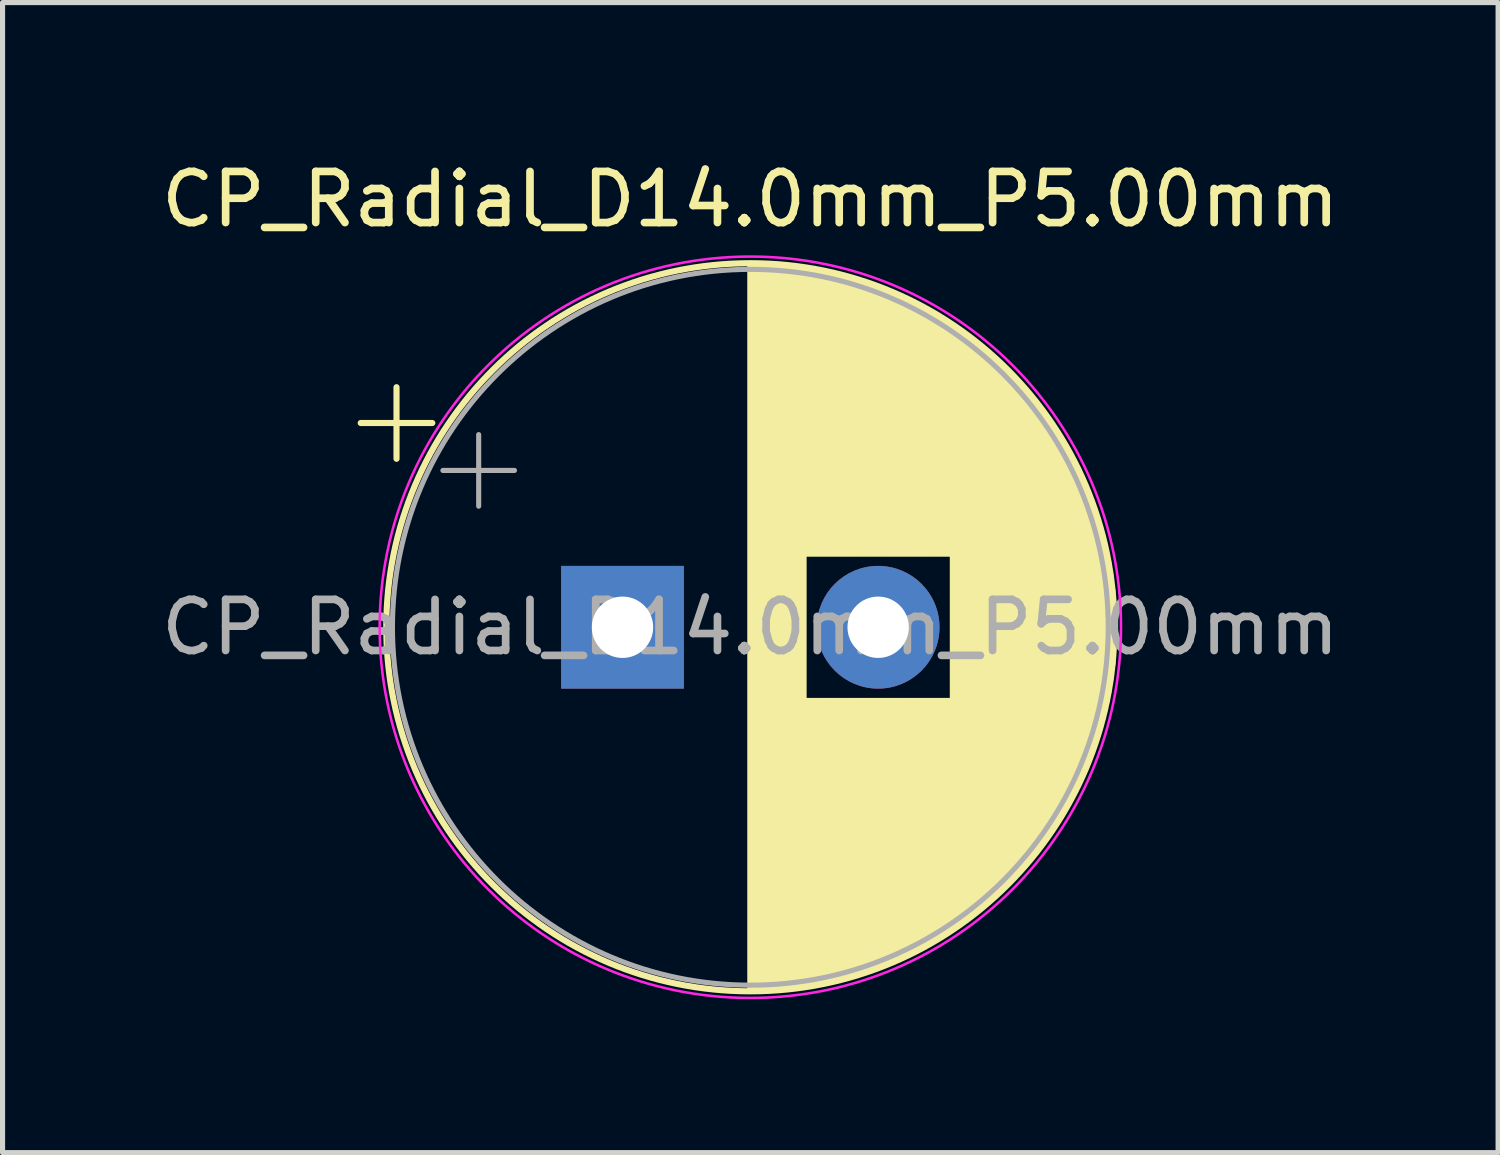
<source format=kicad_pcb>
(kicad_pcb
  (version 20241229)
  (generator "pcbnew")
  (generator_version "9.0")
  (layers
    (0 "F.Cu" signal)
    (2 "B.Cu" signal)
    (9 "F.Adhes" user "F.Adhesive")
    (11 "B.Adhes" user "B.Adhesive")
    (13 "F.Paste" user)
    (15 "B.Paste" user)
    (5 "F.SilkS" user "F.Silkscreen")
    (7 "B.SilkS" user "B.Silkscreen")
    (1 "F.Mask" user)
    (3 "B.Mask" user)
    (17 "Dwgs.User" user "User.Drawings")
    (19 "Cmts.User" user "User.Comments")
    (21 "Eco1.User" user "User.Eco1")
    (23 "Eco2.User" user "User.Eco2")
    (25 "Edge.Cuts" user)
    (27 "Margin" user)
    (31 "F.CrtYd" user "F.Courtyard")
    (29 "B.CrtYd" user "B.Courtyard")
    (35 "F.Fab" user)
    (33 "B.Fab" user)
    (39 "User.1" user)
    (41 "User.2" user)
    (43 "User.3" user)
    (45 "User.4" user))
  (footprint "CP_Radial_D14.0mm_P5.00mm"
    (layer "F.Cu")
    (at 9.125 9.218)
    (property "Reference" "CP_Radial_D14.0mm_P5.00mm" (at 2.5 -8.37 0) (layer "F.SilkS") (effects (font (size 1 1) (thickness 0.15))))
    (attr through_hole)
    (fp_line (start -5.12 -3.995) (end -3.72 -3.995) (stroke (width 0.12) (type solid)) (layer "F.SilkS"))
    (fp_line (start -4.42 -4.695) (end -4.42 -3.295) (stroke (width 0.12) (type solid)) (layer "F.SilkS"))
    (fp_line (start 2.5 -7.08) (end 2.5 7.08) (stroke (width 0.12) (type solid)) (layer "F.SilkS"))
    (fp_line (start 2.54 -7.08) (end 2.54 7.08) (stroke (width 0.12) (type solid)) (layer "F.SilkS"))
    (fp_line (start 2.58 -7.08) (end 2.58 7.08) (stroke (width 0.12) (type solid)) (layer "F.SilkS"))
    (fp_line (start 2.62 -7.079) (end 2.62 7.079) (stroke (width 0.12) (type solid)) (layer "F.SilkS"))
    (fp_line (start 2.66 -7.079) (end 2.66 7.079) (stroke (width 0.12) (type solid)) (layer "F.SilkS"))
    (fp_line (start 2.7 -7.078) (end 2.7 7.078) (stroke (width 0.12) (type solid)) (layer "F.SilkS"))
    (fp_line (start 2.74 -7.076) (end 2.74 7.076) (stroke (width 0.12) (type solid)) (layer "F.SilkS"))
    (fp_line (start 2.78 -7.075) (end 2.78 7.075) (stroke (width 0.12) (type solid)) (layer "F.SilkS"))
    (fp_line (start 2.82 -7.073) (end 2.82 7.073) (stroke (width 0.12) (type solid)) (layer "F.SilkS"))
    (fp_line (start 2.86 -7.071) (end 2.86 7.071) (stroke (width 0.12) (type solid)) (layer "F.SilkS"))
    (fp_line (start 2.9 -7.069) (end 2.9 7.069) (stroke (width 0.12) (type solid)) (layer "F.SilkS"))
    (fp_line (start 2.94 -7.067) (end 2.94 7.067) (stroke (width 0.12) (type solid)) (layer "F.SilkS"))
    (fp_line (start 2.98 -7.064) (end 2.98 7.064) (stroke (width 0.12) (type solid)) (layer "F.SilkS"))
    (fp_line (start 3.02 -7.061) (end 3.02 7.061) (stroke (width 0.12) (type solid)) (layer "F.SilkS"))
    (fp_line (start 3.06 -7.058) (end 3.06 7.058) (stroke (width 0.12) (type solid)) (layer "F.SilkS"))
    (fp_line (start 3.1 -7.055) (end 3.1 7.055) (stroke (width 0.12) (type solid)) (layer "F.SilkS"))
    (fp_line (start 3.14 -7.052) (end 3.14 7.052) (stroke (width 0.12) (type solid)) (layer "F.SilkS"))
    (fp_line (start 3.18 -7.048) (end 3.18 7.048) (stroke (width 0.12) (type solid)) (layer "F.SilkS"))
    (fp_line (start 3.221 -7.044) (end 3.221 7.044) (stroke (width 0.12) (type solid)) (layer "F.SilkS"))
    (fp_line (start 3.261 -7.04) (end 3.261 7.04) (stroke (width 0.12) (type solid)) (layer "F.SilkS"))
    (fp_line (start 3.301 -7.035) (end 3.301 7.035) (stroke (width 0.12) (type solid)) (layer "F.SilkS"))
    (fp_line (start 3.341 -7.031) (end 3.341 7.031) (stroke (width 0.12) (type solid)) (layer "F.SilkS"))
    (fp_line (start 3.381 -7.026) (end 3.381 7.026) (stroke (width 0.12) (type solid)) (layer "F.SilkS"))
    (fp_line (start 3.421 -7.021) (end 3.421 7.021) (stroke (width 0.12) (type solid)) (layer "F.SilkS"))
    (fp_line (start 3.461 -7.015) (end 3.461 7.015) (stroke (width 0.12) (type solid)) (layer "F.SilkS"))
    (fp_line (start 3.501 -7.01) (end 3.501 7.01) (stroke (width 0.12) (type solid)) (layer "F.SilkS"))
    (fp_line (start 3.541 -7.004) (end 3.541 7.004) (stroke (width 0.12) (type solid)) (layer "F.SilkS"))
    (fp_line (start 3.581 -6.998) (end 3.581 -1.44) (stroke (width 0.12) (type solid)) (layer "F.SilkS"))
    (fp_line (start 3.581 1.44) (end 3.581 6.998) (stroke (width 0.12) (type solid)) (layer "F.SilkS"))
    (fp_line (start 3.621 -6.992) (end 3.621 -1.44) (stroke (width 0.12) (type solid)) (layer "F.SilkS"))
    (fp_line (start 3.621 1.44) (end 3.621 6.992) (stroke (width 0.12) (type solid)) (layer "F.SilkS"))
    (fp_line (start 3.661 -6.985) (end 3.661 -1.44) (stroke (width 0.12) (type solid)) (layer "F.SilkS"))
    (fp_line (start 3.661 1.44) (end 3.661 6.985) (stroke (width 0.12) (type solid)) (layer "F.SilkS"))
    (fp_line (start 3.701 -6.979) (end 3.701 -1.44) (stroke (width 0.12) (type solid)) (layer "F.SilkS"))
    (fp_line (start 3.701 1.44) (end 3.701 6.979) (stroke (width 0.12) (type solid)) (layer "F.SilkS"))
    (fp_line (start 3.741 -6.972) (end 3.741 -1.44) (stroke (width 0.12) (type solid)) (layer "F.SilkS"))
    (fp_line (start 3.741 1.44) (end 3.741 6.972) (stroke (width 0.12) (type solid)) (layer "F.SilkS"))
    (fp_line (start 3.781 -6.964) (end 3.781 -1.44) (stroke (width 0.12) (type solid)) (layer "F.SilkS"))
    (fp_line (start 3.781 1.44) (end 3.781 6.964) (stroke (width 0.12) (type solid)) (layer "F.SilkS"))
    (fp_line (start 3.821 -6.957) (end 3.821 -1.44) (stroke (width 0.12) (type solid)) (layer "F.SilkS"))
    (fp_line (start 3.821 1.44) (end 3.821 6.957) (stroke (width 0.12) (type solid)) (layer "F.SilkS"))
    (fp_line (start 3.861 -6.949) (end 3.861 -1.44) (stroke (width 0.12) (type solid)) (layer "F.SilkS"))
    (fp_line (start 3.861 1.44) (end 3.861 6.949) (stroke (width 0.12) (type solid)) (layer "F.SilkS"))
    (fp_line (start 3.901 -6.942) (end 3.901 -1.44) (stroke (width 0.12) (type solid)) (layer "F.SilkS"))
    (fp_line (start 3.901 1.44) (end 3.901 6.942) (stroke (width 0.12) (type solid)) (layer "F.SilkS"))
    (fp_line (start 3.941 -6.933) (end 3.941 -1.44) (stroke (width 0.12) (type solid)) (layer "F.SilkS"))
    (fp_line (start 3.941 1.44) (end 3.941 6.933) (stroke (width 0.12) (type solid)) (layer "F.SilkS"))
    (fp_line (start 3.981 -6.925) (end 3.981 -1.44) (stroke (width 0.12) (type solid)) (layer "F.SilkS"))
    (fp_line (start 3.981 1.44) (end 3.981 6.925) (stroke (width 0.12) (type solid)) (layer "F.SilkS"))
    (fp_line (start 4.021 -6.916) (end 4.021 -1.44) (stroke (width 0.12) (type solid)) (layer "F.SilkS"))
    (fp_line (start 4.021 1.44) (end 4.021 6.916) (stroke (width 0.12) (type solid)) (layer "F.SilkS"))
    (fp_line (start 4.061 -6.907) (end 4.061 -1.44) (stroke (width 0.12) (type solid)) (layer "F.SilkS"))
    (fp_line (start 4.061 1.44) (end 4.061 6.907) (stroke (width 0.12) (type solid)) (layer "F.SilkS"))
    (fp_line (start 4.101 -6.898) (end 4.101 -1.44) (stroke (width 0.12) (type solid)) (layer "F.SilkS"))
    (fp_line (start 4.101 1.44) (end 4.101 6.898) (stroke (width 0.12) (type solid)) (layer "F.SilkS"))
    (fp_line (start 4.141 -6.889) (end 4.141 -1.44) (stroke (width 0.12) (type solid)) (layer "F.SilkS"))
    (fp_line (start 4.141 1.44) (end 4.141 6.889) (stroke (width 0.12) (type solid)) (layer "F.SilkS"))
    (fp_line (start 4.181 -6.879) (end 4.181 -1.44) (stroke (width 0.12) (type solid)) (layer "F.SilkS"))
    (fp_line (start 4.181 1.44) (end 4.181 6.879) (stroke (width 0.12) (type solid)) (layer "F.SilkS"))
    (fp_line (start 4.221 -6.87) (end 4.221 -1.44) (stroke (width 0.12) (type solid)) (layer "F.SilkS"))
    (fp_line (start 4.221 1.44) (end 4.221 6.87) (stroke (width 0.12) (type solid)) (layer "F.SilkS"))
    (fp_line (start 4.261 -6.86) (end 4.261 -1.44) (stroke (width 0.12) (type solid)) (layer "F.SilkS"))
    (fp_line (start 4.261 1.44) (end 4.261 6.86) (stroke (width 0.12) (type solid)) (layer "F.SilkS"))
    (fp_line (start 4.301 -6.849) (end 4.301 -1.44) (stroke (width 0.12) (type solid)) (layer "F.SilkS"))
    (fp_line (start 4.301 1.44) (end 4.301 6.849) (stroke (width 0.12) (type solid)) (layer "F.SilkS"))
    (fp_line (start 4.341 -6.839) (end 4.341 -1.44) (stroke (width 0.12) (type solid)) (layer "F.SilkS"))
    (fp_line (start 4.341 1.44) (end 4.341 6.839) (stroke (width 0.12) (type solid)) (layer "F.SilkS"))
    (fp_line (start 4.381 -6.828) (end 4.381 -1.44) (stroke (width 0.12) (type solid)) (layer "F.SilkS"))
    (fp_line (start 4.381 1.44) (end 4.381 6.828) (stroke (width 0.12) (type solid)) (layer "F.SilkS"))
    (fp_line (start 4.421 -6.817) (end 4.421 -1.44) (stroke (width 0.12) (type solid)) (layer "F.SilkS"))
    (fp_line (start 4.421 1.44) (end 4.421 6.817) (stroke (width 0.12) (type solid)) (layer "F.SilkS"))
    (fp_line (start 4.461 -6.805) (end 4.461 -1.44) (stroke (width 0.12) (type solid)) (layer "F.SilkS"))
    (fp_line (start 4.461 1.44) (end 4.461 6.805) (stroke (width 0.12) (type solid)) (layer "F.SilkS"))
    (fp_line (start 4.501 -6.794) (end 4.501 -1.44) (stroke (width 0.12) (type solid)) (layer "F.SilkS"))
    (fp_line (start 4.501 1.44) (end 4.501 6.794) (stroke (width 0.12) (type solid)) (layer "F.SilkS"))
    (fp_line (start 4.541 -6.782) (end 4.541 -1.44) (stroke (width 0.12) (type solid)) (layer "F.SilkS"))
    (fp_line (start 4.541 1.44) (end 4.541 6.782) (stroke (width 0.12) (type solid)) (layer "F.SilkS"))
    (fp_line (start 4.581 -6.77) (end 4.581 -1.44) (stroke (width 0.12) (type solid)) (layer "F.SilkS"))
    (fp_line (start 4.581 1.44) (end 4.581 6.77) (stroke (width 0.12) (type solid)) (layer "F.SilkS"))
    (fp_line (start 4.621 -6.758) (end 4.621 -1.44) (stroke (width 0.12) (type solid)) (layer "F.SilkS"))
    (fp_line (start 4.621 1.44) (end 4.621 6.758) (stroke (width 0.12) (type solid)) (layer "F.SilkS"))
    (fp_line (start 4.661 -6.745) (end 4.661 -1.44) (stroke (width 0.12) (type solid)) (layer "F.SilkS"))
    (fp_line (start 4.661 1.44) (end 4.661 6.745) (stroke (width 0.12) (type solid)) (layer "F.SilkS"))
    (fp_line (start 4.701 -6.732) (end 4.701 -1.44) (stroke (width 0.12) (type solid)) (layer "F.SilkS"))
    (fp_line (start 4.701 1.44) (end 4.701 6.732) (stroke (width 0.12) (type solid)) (layer "F.SilkS"))
    (fp_line (start 4.741 -6.719) (end 4.741 -1.44) (stroke (width 0.12) (type solid)) (layer "F.SilkS"))
    (fp_line (start 4.741 1.44) (end 4.741 6.719) (stroke (width 0.12) (type solid)) (layer "F.SilkS"))
    (fp_line (start 4.781 -6.706) (end 4.781 -1.44) (stroke (width 0.12) (type solid)) (layer "F.SilkS"))
    (fp_line (start 4.781 1.44) (end 4.781 6.706) (stroke (width 0.12) (type solid)) (layer "F.SilkS"))
    (fp_line (start 4.821 -6.692) (end 4.821 -1.44) (stroke (width 0.12) (type solid)) (layer "F.SilkS"))
    (fp_line (start 4.821 1.44) (end 4.821 6.692) (stroke (width 0.12) (type solid)) (layer "F.SilkS"))
    (fp_line (start 4.861 -6.678) (end 4.861 -1.44) (stroke (width 0.12) (type solid)) (layer "F.SilkS"))
    (fp_line (start 4.861 1.44) (end 4.861 6.678) (stroke (width 0.12) (type solid)) (layer "F.SilkS"))
    (fp_line (start 4.901 -6.664) (end 4.901 -1.44) (stroke (width 0.12) (type solid)) (layer "F.SilkS"))
    (fp_line (start 4.901 1.44) (end 4.901 6.664) (stroke (width 0.12) (type solid)) (layer "F.SilkS"))
    (fp_line (start 4.941 -6.649) (end 4.941 -1.44) (stroke (width 0.12) (type solid)) (layer "F.SilkS"))
    (fp_line (start 4.941 1.44) (end 4.941 6.649) (stroke (width 0.12) (type solid)) (layer "F.SilkS"))
    (fp_line (start 4.981 -6.635) (end 4.981 -1.44) (stroke (width 0.12) (type solid)) (layer "F.SilkS"))
    (fp_line (start 4.981 1.44) (end 4.981 6.635) (stroke (width 0.12) (type solid)) (layer "F.SilkS"))
    (fp_line (start 5.021 -6.62) (end 5.021 -1.44) (stroke (width 0.12) (type solid)) (layer "F.SilkS"))
    (fp_line (start 5.021 1.44) (end 5.021 6.62) (stroke (width 0.12) (type solid)) (layer "F.SilkS"))
    (fp_line (start 5.061 -6.604) (end 5.061 -1.44) (stroke (width 0.12) (type solid)) (layer "F.SilkS"))
    (fp_line (start 5.061 1.44) (end 5.061 6.604) (stroke (width 0.12) (type solid)) (layer "F.SilkS"))
    (fp_line (start 5.101 -6.589) (end 5.101 -1.44) (stroke (width 0.12) (type solid)) (layer "F.SilkS"))
    (fp_line (start 5.101 1.44) (end 5.101 6.589) (stroke (width 0.12) (type solid)) (layer "F.SilkS"))
    (fp_line (start 5.141 -6.573) (end 5.141 -1.44) (stroke (width 0.12) (type solid)) (layer "F.SilkS"))
    (fp_line (start 5.141 1.44) (end 5.141 6.573) (stroke (width 0.12) (type solid)) (layer "F.SilkS"))
    (fp_line (start 5.181 -6.557) (end 5.181 -1.44) (stroke (width 0.12) (type solid)) (layer "F.SilkS"))
    (fp_line (start 5.181 1.44) (end 5.181 6.557) (stroke (width 0.12) (type solid)) (layer "F.SilkS"))
    (fp_line (start 5.221 -6.54) (end 5.221 -1.44) (stroke (width 0.12) (type solid)) (layer "F.SilkS"))
    (fp_line (start 5.221 1.44) (end 5.221 6.54) (stroke (width 0.12) (type solid)) (layer "F.SilkS"))
    (fp_line (start 5.261 -6.524) (end 5.261 -1.44) (stroke (width 0.12) (type solid)) (layer "F.SilkS"))
    (fp_line (start 5.261 1.44) (end 5.261 6.524) (stroke (width 0.12) (type solid)) (layer "F.SilkS"))
    (fp_line (start 5.301 -6.507) (end 5.301 -1.44) (stroke (width 0.12) (type solid)) (layer "F.SilkS"))
    (fp_line (start 5.301 1.44) (end 5.301 6.507) (stroke (width 0.12) (type solid)) (layer "F.SilkS"))
    (fp_line (start 5.341 -6.49) (end 5.341 -1.44) (stroke (width 0.12) (type solid)) (layer "F.SilkS"))
    (fp_line (start 5.341 1.44) (end 5.341 6.49) (stroke (width 0.12) (type solid)) (layer "F.SilkS"))
    (fp_line (start 5.381 -6.472) (end 5.381 -1.44) (stroke (width 0.12) (type solid)) (layer "F.SilkS"))
    (fp_line (start 5.381 1.44) (end 5.381 6.472) (stroke (width 0.12) (type solid)) (layer "F.SilkS"))
    (fp_line (start 5.421 -6.454) (end 5.421 -1.44) (stroke (width 0.12) (type solid)) (layer "F.SilkS"))
    (fp_line (start 5.421 1.44) (end 5.421 6.454) (stroke (width 0.12) (type solid)) (layer "F.SilkS"))
    (fp_line (start 5.461 -6.436) (end 5.461 -1.44) (stroke (width 0.12) (type solid)) (layer "F.SilkS"))
    (fp_line (start 5.461 1.44) (end 5.461 6.436) (stroke (width 0.12) (type solid)) (layer "F.SilkS"))
    (fp_line (start 5.501 -6.418) (end 5.501 -1.44) (stroke (width 0.12) (type solid)) (layer "F.SilkS"))
    (fp_line (start 5.501 1.44) (end 5.501 6.418) (stroke (width 0.12) (type solid)) (layer "F.SilkS"))
    (fp_line (start 5.541 -6.399) (end 5.541 -1.44) (stroke (width 0.12) (type solid)) (layer "F.SilkS"))
    (fp_line (start 5.541 1.44) (end 5.541 6.399) (stroke (width 0.12) (type solid)) (layer "F.SilkS"))
    (fp_line (start 5.581 -6.38) (end 5.581 -1.44) (stroke (width 0.12) (type solid)) (layer "F.SilkS"))
    (fp_line (start 5.581 1.44) (end 5.581 6.38) (stroke (width 0.12) (type solid)) (layer "F.SilkS"))
    (fp_line (start 5.621 -6.36) (end 5.621 -1.44) (stroke (width 0.12) (type solid)) (layer "F.SilkS"))
    (fp_line (start 5.621 1.44) (end 5.621 6.36) (stroke (width 0.12) (type solid)) (layer "F.SilkS"))
    (fp_line (start 5.661 -6.341) (end 5.661 -1.44) (stroke (width 0.12) (type solid)) (layer "F.SilkS"))
    (fp_line (start 5.661 1.44) (end 5.661 6.341) (stroke (width 0.12) (type solid)) (layer "F.SilkS"))
    (fp_line (start 5.701 -6.321) (end 5.701 -1.44) (stroke (width 0.12) (type solid)) (layer "F.SilkS"))
    (fp_line (start 5.701 1.44) (end 5.701 6.321) (stroke (width 0.12) (type solid)) (layer "F.SilkS"))
    (fp_line (start 5.741 -6.301) (end 5.741 -1.44) (stroke (width 0.12) (type solid)) (layer "F.SilkS"))
    (fp_line (start 5.741 1.44) (end 5.741 6.301) (stroke (width 0.12) (type solid)) (layer "F.SilkS"))
    (fp_line (start 5.781 -6.28) (end 5.781 -1.44) (stroke (width 0.12) (type solid)) (layer "F.SilkS"))
    (fp_line (start 5.781 1.44) (end 5.781 6.28) (stroke (width 0.12) (type solid)) (layer "F.SilkS"))
    (fp_line (start 5.821 -6.259) (end 5.821 -1.44) (stroke (width 0.12) (type solid)) (layer "F.SilkS"))
    (fp_line (start 5.821 1.44) (end 5.821 6.259) (stroke (width 0.12) (type solid)) (layer "F.SilkS"))
    (fp_line (start 5.861 -6.238) (end 5.861 -1.44) (stroke (width 0.12) (type solid)) (layer "F.SilkS"))
    (fp_line (start 5.861 1.44) (end 5.861 6.238) (stroke (width 0.12) (type solid)) (layer "F.SilkS"))
    (fp_line (start 5.901 -6.216) (end 5.901 -1.44) (stroke (width 0.12) (type solid)) (layer "F.SilkS"))
    (fp_line (start 5.901 1.44) (end 5.901 6.216) (stroke (width 0.12) (type solid)) (layer "F.SilkS"))
    (fp_line (start 5.941 -6.194) (end 5.941 -1.44) (stroke (width 0.12) (type solid)) (layer "F.SilkS"))
    (fp_line (start 5.941 1.44) (end 5.941 6.194) (stroke (width 0.12) (type solid)) (layer "F.SilkS"))
    (fp_line (start 5.981 -6.172) (end 5.981 -1.44) (stroke (width 0.12) (type solid)) (layer "F.SilkS"))
    (fp_line (start 5.981 1.44) (end 5.981 6.172) (stroke (width 0.12) (type solid)) (layer "F.SilkS"))
    (fp_line (start 6.021 -6.15) (end 6.021 -1.44) (stroke (width 0.12) (type solid)) (layer "F.SilkS"))
    (fp_line (start 6.021 1.44) (end 6.021 6.15) (stroke (width 0.12) (type solid)) (layer "F.SilkS"))
    (fp_line (start 6.061 -6.127) (end 6.061 -1.44) (stroke (width 0.12) (type solid)) (layer "F.SilkS"))
    (fp_line (start 6.061 1.44) (end 6.061 6.127) (stroke (width 0.12) (type solid)) (layer "F.SilkS"))
    (fp_line (start 6.101 -6.103) (end 6.101 -1.44) (stroke (width 0.12) (type solid)) (layer "F.SilkS"))
    (fp_line (start 6.101 1.44) (end 6.101 6.103) (stroke (width 0.12) (type solid)) (layer "F.SilkS"))
    (fp_line (start 6.141 -6.08) (end 6.141 -1.44) (stroke (width 0.12) (type solid)) (layer "F.SilkS"))
    (fp_line (start 6.141 1.44) (end 6.141 6.08) (stroke (width 0.12) (type solid)) (layer "F.SilkS"))
    (fp_line (start 6.181 -6.056) (end 6.181 -1.44) (stroke (width 0.12) (type solid)) (layer "F.SilkS"))
    (fp_line (start 6.181 1.44) (end 6.181 6.056) (stroke (width 0.12) (type solid)) (layer "F.SilkS"))
    (fp_line (start 6.221 -6.031) (end 6.221 -1.44) (stroke (width 0.12) (type solid)) (layer "F.SilkS"))
    (fp_line (start 6.221 1.44) (end 6.221 6.031) (stroke (width 0.12) (type solid)) (layer "F.SilkS"))
    (fp_line (start 6.261 -6.007) (end 6.261 -1.44) (stroke (width 0.12) (type solid)) (layer "F.SilkS"))
    (fp_line (start 6.261 1.44) (end 6.261 6.007) (stroke (width 0.12) (type solid)) (layer "F.SilkS"))
    (fp_line (start 6.301 -5.982) (end 6.301 -1.44) (stroke (width 0.12) (type solid)) (layer "F.SilkS"))
    (fp_line (start 6.301 1.44) (end 6.301 5.982) (stroke (width 0.12) (type solid)) (layer "F.SilkS"))
    (fp_line (start 6.341 -5.956) (end 6.341 -1.44) (stroke (width 0.12) (type solid)) (layer "F.SilkS"))
    (fp_line (start 6.341 1.44) (end 6.341 5.956) (stroke (width 0.12) (type solid)) (layer "F.SilkS"))
    (fp_line (start 6.381 -5.93) (end 6.381 -1.44) (stroke (width 0.12) (type solid)) (layer "F.SilkS"))
    (fp_line (start 6.381 1.44) (end 6.381 5.93) (stroke (width 0.12) (type solid)) (layer "F.SilkS"))
    (fp_line (start 6.421 -5.904) (end 6.421 -1.44) (stroke (width 0.12) (type solid)) (layer "F.SilkS"))
    (fp_line (start 6.421 1.44) (end 6.421 5.904) (stroke (width 0.12) (type solid)) (layer "F.SilkS"))
    (fp_line (start 6.461 -5.878) (end 6.461 5.878) (stroke (width 0.12) (type solid)) (layer "F.SilkS"))
    (fp_line (start 6.501 -5.851) (end 6.501 5.851) (stroke (width 0.12) (type solid)) (layer "F.SilkS"))
    (fp_line (start 6.541 -5.823) (end 6.541 5.823) (stroke (width 0.12) (type solid)) (layer "F.SilkS"))
    (fp_line (start 6.581 -5.796) (end 6.581 5.796) (stroke (width 0.12) (type solid)) (layer "F.SilkS"))
    (fp_line (start 6.621 -5.767) (end 6.621 5.767) (stroke (width 0.12) (type solid)) (layer "F.SilkS"))
    (fp_line (start 6.661 -5.739) (end 6.661 5.739) (stroke (width 0.12) (type solid)) (layer "F.SilkS"))
    (fp_line (start 6.701 -5.71) (end 6.701 5.71) (stroke (width 0.12) (type solid)) (layer "F.SilkS"))
    (fp_line (start 6.741 -5.68) (end 6.741 5.68) (stroke (width 0.12) (type solid)) (layer "F.SilkS"))
    (fp_line (start 6.781 -5.65) (end 6.781 5.65) (stroke (width 0.12) (type solid)) (layer "F.SilkS"))
    (fp_line (start 6.821 -5.62) (end 6.821 5.62) (stroke (width 0.12) (type solid)) (layer "F.SilkS"))
    (fp_line (start 6.861 -5.589) (end 6.861 5.589) (stroke (width 0.12) (type solid)) (layer "F.SilkS"))
    (fp_line (start 6.901 -5.558) (end 6.901 5.558) (stroke (width 0.12) (type solid)) (layer "F.SilkS"))
    (fp_line (start 6.941 -5.527) (end 6.941 5.527) (stroke (width 0.12) (type solid)) (layer "F.SilkS"))
    (fp_line (start 6.981 -5.494) (end 6.981 5.494) (stroke (width 0.12) (type solid)) (layer "F.SilkS"))
    (fp_line (start 7.021 -5.462) (end 7.021 5.462) (stroke (width 0.12) (type solid)) (layer "F.SilkS"))
    (fp_line (start 7.061 -5.429) (end 7.061 5.429) (stroke (width 0.12) (type solid)) (layer "F.SilkS"))
    (fp_line (start 7.101 -5.395) (end 7.101 5.395) (stroke (width 0.12) (type solid)) (layer "F.SilkS"))
    (fp_line (start 7.141 -5.361) (end 7.141 5.361) (stroke (width 0.12) (type solid)) (layer "F.SilkS"))
    (fp_line (start 7.181 -5.326) (end 7.181 5.326) (stroke (width 0.12) (type solid)) (layer "F.SilkS"))
    (fp_line (start 7.221 -5.291) (end 7.221 5.291) (stroke (width 0.12) (type solid)) (layer "F.SilkS"))
    (fp_line (start 7.261 -5.255) (end 7.261 5.255) (stroke (width 0.12) (type solid)) (layer "F.SilkS"))
    (fp_line (start 7.301 -5.219) (end 7.301 5.219) (stroke (width 0.12) (type solid)) (layer "F.SilkS"))
    (fp_line (start 7.341 -5.182) (end 7.341 5.182) (stroke (width 0.12) (type solid)) (layer "F.SilkS"))
    (fp_line (start 7.381 -5.145) (end 7.381 5.145) (stroke (width 0.12) (type solid)) (layer "F.SilkS"))
    (fp_line (start 7.421 -5.107) (end 7.421 5.107) (stroke (width 0.12) (type solid)) (layer "F.SilkS"))
    (fp_line (start 7.461 -5.069) (end 7.461 5.069) (stroke (width 0.12) (type solid)) (layer "F.SilkS"))
    (fp_line (start 7.501 -5.029) (end 7.501 5.029) (stroke (width 0.12) (type solid)) (layer "F.SilkS"))
    (fp_line (start 7.541 -4.99) (end 7.541 4.99) (stroke (width 0.12) (type solid)) (layer "F.SilkS"))
    (fp_line (start 7.581 -4.949) (end 7.581 4.949) (stroke (width 0.12) (type solid)) (layer "F.SilkS"))
    (fp_line (start 7.621 -4.908) (end 7.621 4.908) (stroke (width 0.12) (type solid)) (layer "F.SilkS"))
    (fp_line (start 7.661 -4.866) (end 7.661 4.866) (stroke (width 0.12) (type solid)) (layer "F.SilkS"))
    (fp_line (start 7.701 -4.824) (end 7.701 4.824) (stroke (width 0.12) (type solid)) (layer "F.SilkS"))
    (fp_line (start 7.741 -4.781) (end 7.741 4.781) (stroke (width 0.12) (type solid)) (layer "F.SilkS"))
    (fp_line (start 7.781 -4.737) (end 7.781 4.737) (stroke (width 0.12) (type solid)) (layer "F.SilkS"))
    (fp_line (start 7.821 -4.693) (end 7.821 4.693) (stroke (width 0.12) (type solid)) (layer "F.SilkS"))
    (fp_line (start 7.861 -4.647) (end 7.861 4.647) (stroke (width 0.12) (type solid)) (layer "F.SilkS"))
    (fp_line (start 7.901 -4.601) (end 7.901 4.601) (stroke (width 0.12) (type solid)) (layer "F.SilkS"))
    (fp_line (start 7.941 -4.554) (end 7.941 4.554) (stroke (width 0.12) (type solid)) (layer "F.SilkS"))
    (fp_line (start 7.981 -4.506) (end 7.981 4.506) (stroke (width 0.12) (type solid)) (layer "F.SilkS"))
    (fp_line (start 8.021 -4.458) (end 8.021 4.458) (stroke (width 0.12) (type solid)) (layer "F.SilkS"))
    (fp_line (start 8.061 -4.408) (end 8.061 4.408) (stroke (width 0.12) (type solid)) (layer "F.SilkS"))
    (fp_line (start 8.101 -4.358) (end 8.101 4.358) (stroke (width 0.12) (type solid)) (layer "F.SilkS"))
    (fp_line (start 8.141 -4.306) (end 8.141 4.306) (stroke (width 0.12) (type solid)) (layer "F.SilkS"))
    (fp_line (start 8.181 -4.254) (end 8.181 4.254) (stroke (width 0.12) (type solid)) (layer "F.SilkS"))
    (fp_line (start 8.221 -4.2) (end 8.221 4.2) (stroke (width 0.12) (type solid)) (layer "F.SilkS"))
    (fp_line (start 8.261 -4.146) (end 8.261 4.146) (stroke (width 0.12) (type solid)) (layer "F.SilkS"))
    (fp_line (start 8.301 -4.09) (end 8.301 4.09) (stroke (width 0.12) (type solid)) (layer "F.SilkS"))
    (fp_line (start 8.341 -4.033) (end 8.341 4.033) (stroke (width 0.12) (type solid)) (layer "F.SilkS"))
    (fp_line (start 8.381 -3.975) (end 8.381 3.975) (stroke (width 0.12) (type solid)) (layer "F.SilkS"))
    (fp_line (start 8.421 -3.916) (end 8.421 3.916) (stroke (width 0.12) (type solid)) (layer "F.SilkS"))
    (fp_line (start 8.461 -3.856) (end 8.461 3.856) (stroke (width 0.12) (type solid)) (layer "F.SilkS"))
    (fp_line (start 8.501 -3.794) (end 8.501 3.794) (stroke (width 0.12) (type solid)) (layer "F.SilkS"))
    (fp_line (start 8.541 -3.73) (end 8.541 3.73) (stroke (width 0.12) (type solid)) (layer "F.SilkS"))
    (fp_line (start 8.581 -3.666) (end 8.581 3.666) (stroke (width 0.12) (type solid)) (layer "F.SilkS"))
    (fp_line (start 8.621 -3.599) (end 8.621 3.599) (stroke (width 0.12) (type solid)) (layer "F.SilkS"))
    (fp_line (start 8.661 -3.531) (end 8.661 3.531) (stroke (width 0.12) (type solid)) (layer "F.SilkS"))
    (fp_line (start 8.701 -3.461) (end 8.701 3.461) (stroke (width 0.12) (type solid)) (layer "F.SilkS"))
    (fp_line (start 8.741 -3.389) (end 8.741 3.389) (stroke (width 0.12) (type solid)) (layer "F.SilkS"))
    (fp_line (start 8.781 -3.315) (end 8.781 3.315) (stroke (width 0.12) (type solid)) (layer "F.SilkS"))
    (fp_line (start 8.821 -3.24) (end 8.821 3.24) (stroke (width 0.12) (type solid)) (layer "F.SilkS"))
    (fp_line (start 8.861 -3.161) (end 8.861 3.161) (stroke (width 0.12) (type solid)) (layer "F.SilkS"))
    (fp_line (start 8.901 -3.08) (end 8.901 3.08) (stroke (width 0.12) (type solid)) (layer "F.SilkS"))
    (fp_line (start 8.941 -2.997) (end 8.941 2.997) (stroke (width 0.12) (type solid)) (layer "F.SilkS"))
    (fp_line (start 8.981 -2.911) (end 8.981 2.911) (stroke (width 0.12) (type solid)) (layer "F.SilkS"))
    (fp_line (start 9.021 -2.821) (end 9.021 2.821) (stroke (width 0.12) (type solid)) (layer "F.SilkS"))
    (fp_line (start 9.061 -2.728) (end 9.061 2.728) (stroke (width 0.12) (type solid)) (layer "F.SilkS"))
    (fp_line (start 9.101 -2.632) (end 9.101 2.632) (stroke (width 0.12) (type solid)) (layer "F.SilkS"))
    (fp_line (start 9.141 -2.53) (end 9.141 2.53) (stroke (width 0.12) (type solid)) (layer "F.SilkS"))
    (fp_line (start 9.181 -2.425) (end 9.181 2.425) (stroke (width 0.12) (type solid)) (layer "F.SilkS"))
    (fp_line (start 9.221 -2.313) (end 9.221 2.313) (stroke (width 0.12) (type solid)) (layer "F.SilkS"))
    (fp_line (start 9.261 -2.196) (end 9.261 2.196) (stroke (width 0.12) (type solid)) (layer "F.SilkS"))
    (fp_line (start 9.301 -2.071) (end 9.301 2.071) (stroke (width 0.12) (type solid)) (layer "F.SilkS"))
    (fp_line (start 9.341 -1.938) (end 9.341 1.938) (stroke (width 0.12) (type solid)) (layer "F.SilkS"))
    (fp_line (start 9.381 -1.794) (end 9.381 1.794) (stroke (width 0.12) (type solid)) (layer "F.SilkS"))
    (fp_line (start 9.421 -1.636) (end 9.421 1.636) (stroke (width 0.12) (type solid)) (layer "F.SilkS"))
    (fp_line (start 9.461 -1.461) (end 9.461 1.461) (stroke (width 0.12) (type solid)) (layer "F.SilkS"))
    (fp_line (start 9.501 -1.262) (end 9.501 1.262) (stroke (width 0.12) (type solid)) (layer "F.SilkS"))
    (fp_line (start 9.541 -1.025) (end 9.541 1.025) (stroke (width 0.12) (type solid)) (layer "F.SilkS"))
    (fp_line (start 9.581 -0.714) (end 9.581 0.714) (stroke (width 0.12) (type solid)) (layer "F.SilkS"))
    (fp_circle (center 2.5 0) (end 9.62 0) (stroke (width 0.12) (type solid)) (fill no) (layer "F.SilkS"))
    (fp_circle (center 2.5 0) (end 9.75 0) (stroke (width 0.05) (type solid)) (fill no) (layer "F.CrtYd"))
    (fp_line (start -3.513 -3.067) (end -2.113 -3.067) (stroke (width 0.1) (type solid)) (layer "F.Fab"))
    (fp_line (start -2.813 -3.768) (end -2.813 -2.368) (stroke (width 0.1) (type solid)) (layer "F.Fab"))
    (fp_circle (center 2.5 0) (end 9.5 0) (stroke (width 0.1) (type solid)) (fill no) (layer "F.Fab"))
    (fp_text user "${REFERENCE}" (at 2.5 0 0) (layer "F.Fab") (effects (font (size 1 1) (thickness 0.15))))
    (pad "1" thru_hole rect (at 0 0) (size 2.4 2.4) (drill 1.2) (layers "*.Cu" "*.Mask"))
    (pad "2" thru_hole circle (at 5 0) (size 2.4 2.4) (drill 1.2) (layers "*.Cu" "*.Mask")))
  (gr_rect
    (start -3 -3)
    (end 26.25 19.493)
    (stroke (width 0.1) (type default))
    (fill no)
    (layer "Edge.Cuts")))
</source>
